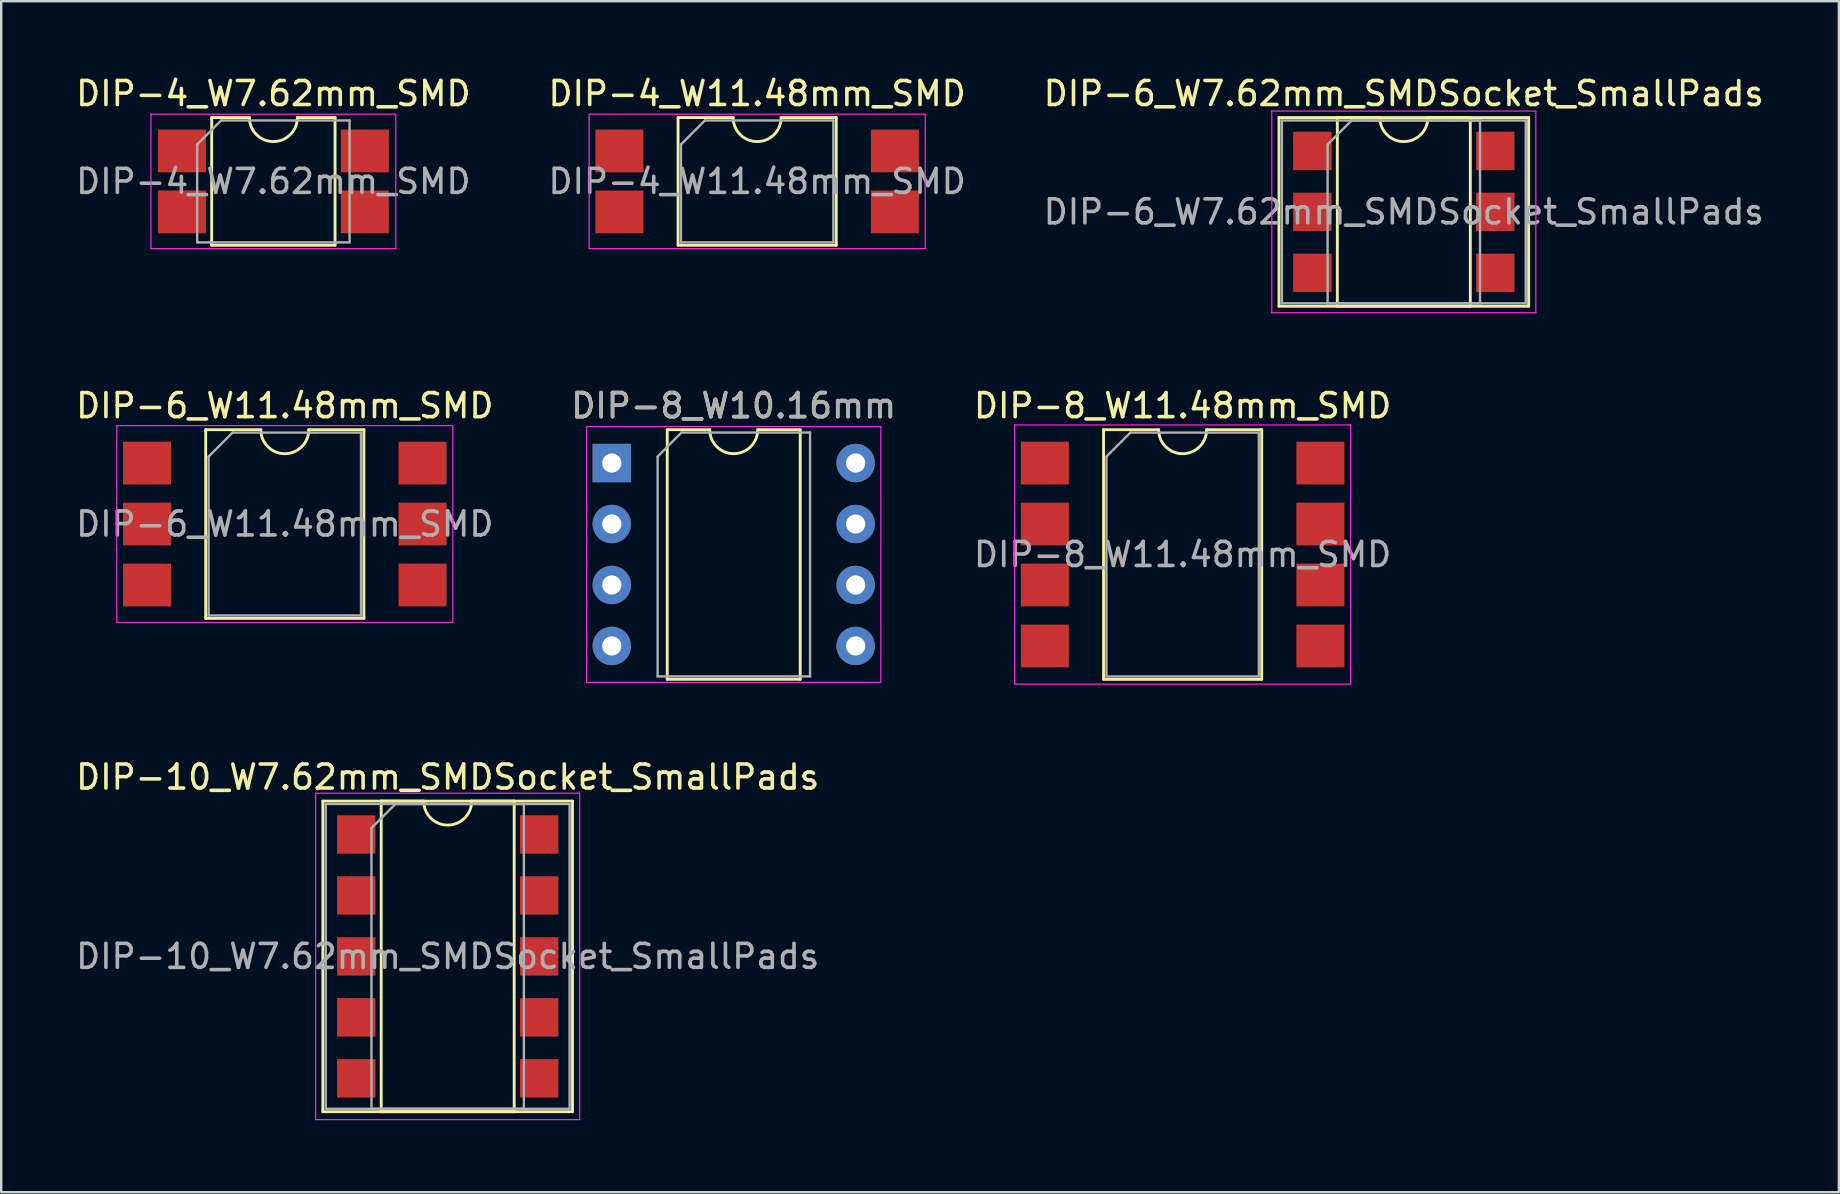
<source format=kicad_pcb>
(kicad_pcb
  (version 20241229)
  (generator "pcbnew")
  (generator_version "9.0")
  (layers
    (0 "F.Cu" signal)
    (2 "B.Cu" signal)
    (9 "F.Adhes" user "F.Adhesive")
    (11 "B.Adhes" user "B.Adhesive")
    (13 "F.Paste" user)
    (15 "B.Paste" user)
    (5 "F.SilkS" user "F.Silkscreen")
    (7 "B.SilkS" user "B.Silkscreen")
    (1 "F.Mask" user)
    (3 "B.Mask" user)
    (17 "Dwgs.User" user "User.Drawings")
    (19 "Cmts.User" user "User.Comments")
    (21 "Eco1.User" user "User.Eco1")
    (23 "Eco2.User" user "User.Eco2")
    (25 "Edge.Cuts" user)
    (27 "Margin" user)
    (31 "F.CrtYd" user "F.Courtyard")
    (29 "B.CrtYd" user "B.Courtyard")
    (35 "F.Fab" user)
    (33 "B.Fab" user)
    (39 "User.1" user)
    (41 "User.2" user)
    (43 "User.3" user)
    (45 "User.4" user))
  (footprint "DIP-6_W11.48mm_SMD"
    (layer "F.Cu")
    (at 8.815 18.782)
    (property "Reference" "DIP-6_W11.48mm_SMD" (at 0 -4.93 0) (layer "F.SilkS") (effects (font (size 1 1) (thickness 0.15))))
    (attr smd)
    (fp_line (start -3.295 -3.93) (end -3.295 3.93) (stroke (width 0.12) (type solid)) (layer "F.SilkS"))
    (fp_line (start -3.295 3.93) (end 3.295 3.93) (stroke (width 0.12) (type solid)) (layer "F.SilkS"))
    (fp_line (start -1 -3.93) (end -3.295 -3.93) (stroke (width 0.12) (type solid)) (layer "F.SilkS"))
    (fp_line (start 3.295 -3.93) (end 1 -3.93) (stroke (width 0.12) (type solid)) (layer "F.SilkS"))
    (fp_line (start 3.295 3.93) (end 3.295 -3.93) (stroke (width 0.12) (type solid)) (layer "F.SilkS"))
    (fp_arc (start 1 -3.93) (mid 0 -2.93) (end -1 -3.93) (stroke (width 0.12) (type solid)) (layer "F.SilkS"))
    (fp_line (start -7 -4.1) (end -7 4.1) (stroke (width 0.05) (type solid)) (layer "F.CrtYd"))
    (fp_line (start -7 4.1) (end 7 4.1) (stroke (width 0.05) (type solid)) (layer "F.CrtYd"))
    (fp_line (start 7 -4.1) (end -7 -4.1) (stroke (width 0.05) (type solid)) (layer "F.CrtYd"))
    (fp_line (start 7 4.1) (end 7 -4.1) (stroke (width 0.05) (type solid)) (layer "F.CrtYd"))
    (fp_line (start -3.175 -2.81) (end -2.175 -3.81) (stroke (width 0.1) (type solid)) (layer "F.Fab"))
    (fp_line (start -3.175 3.81) (end -3.175 -2.81) (stroke (width 0.1) (type solid)) (layer "F.Fab"))
    (fp_line (start -2.175 -3.81) (end 3.175 -3.81) (stroke (width 0.1) (type solid)) (layer "F.Fab"))
    (fp_line (start 3.175 -3.81) (end 3.175 3.81) (stroke (width 0.1) (type solid)) (layer "F.Fab"))
    (fp_line (start 3.175 3.81) (end -3.175 3.81) (stroke (width 0.1) (type solid)) (layer "F.Fab"))
    (fp_text user "${REFERENCE}" (at 0 0 0) (layer "F.Fab") (effects (font (size 1 1) (thickness 0.15))))
    (pad "1" smd rect (at -5.74 -2.54) (size 2 1.78) (layers "F.Cu" "F.Mask" "F.Paste"))
    (pad "2" smd rect (at -5.74 0) (size 2 1.78) (layers "F.Cu" "F.Mask" "F.Paste"))
    (pad "3" smd rect (at -5.74 2.54) (size 2 1.78) (layers "F.Cu" "F.Mask" "F.Paste"))
    (pad "4" smd rect (at 5.74 2.54) (size 2 1.78) (layers "F.Cu" "F.Mask" "F.Paste"))
    (pad "5" smd rect (at 5.74 0) (size 2 1.78) (layers "F.Cu" "F.Mask" "F.Paste"))
    (pad "6" smd rect (at 5.74 -2.54) (size 2 1.78) (layers "F.Cu" "F.Mask" "F.Paste")))
  (footprint "DIP-8_W10.16mm"
    (layer "F.Cu")
    (at 22.438 16.241)
    (property "Reference" "DIP-8_W10.16mm" (at 5.08 -2.39 0) (layer "F.SilkS") (effects (font (size 1 1) (thickness 0.15))))
    (attr through_hole)
    (fp_line (start 2.31 -1.39) (end 2.31 9.01) (stroke (width 0.12) (type solid)) (layer "F.SilkS"))
    (fp_line (start 2.31 9.01) (end 7.85 9.01) (stroke (width 0.12) (type solid)) (layer "F.SilkS"))
    (fp_line (start 4.08 -1.39) (end 2.31 -1.39) (stroke (width 0.12) (type solid)) (layer "F.SilkS"))
    (fp_line (start 7.85 -1.39) (end 6.08 -1.39) (stroke (width 0.12) (type solid)) (layer "F.SilkS"))
    (fp_line (start 7.85 9.01) (end 7.85 -1.39) (stroke (width 0.12) (type solid)) (layer "F.SilkS"))
    (fp_arc (start 6.08 -1.39) (mid 5.08 -0.39) (end 4.08 -1.39) (stroke (width 0.12) (type solid)) (layer "F.SilkS"))
    (fp_line (start -1.05 -1.52) (end -1.05 9.14) (stroke (width 0.05) (type solid)) (layer "F.CrtYd"))
    (fp_line (start -1.05 -1.52) (end 11.21 -1.52) (stroke (width 0.05) (type solid)) (layer "F.CrtYd"))
    (fp_line (start 11.21 9.14) (end -1.05 9.14) (stroke (width 0.05) (type solid)) (layer "F.CrtYd"))
    (fp_line (start 11.21 9.14) (end 11.21 -1.52) (stroke (width 0.05) (type solid)) (layer "F.CrtYd"))
    (fp_line (start 1.91 -0.27) (end 2.9 -1.27) (stroke (width 0.1) (type solid)) (layer "F.Fab"))
    (fp_line (start 1.91 8.89) (end 1.91 -0.27) (stroke (width 0.1) (type solid)) (layer "F.Fab"))
    (fp_line (start 2.9 -1.27) (end 8.26 -1.27) (stroke (width 0.1) (type solid)) (layer "F.Fab"))
    (fp_line (start 8.26 -1.27) (end 8.26 8.89) (stroke (width 0.1) (type solid)) (layer "F.Fab"))
    (fp_line (start 8.26 8.89) (end 1.91 8.89) (stroke (width 0.1) (type solid)) (layer "F.Fab"))
    (fp_text user "${REFERENCE}" (at 5.08 -2.39 0) (layer "F.Fab") (effects (font (size 1 1) (thickness 0.15))))
    (pad "1" thru_hole rect (at 0 0) (size 1.6 1.6) (drill 0.8) (layers "*.Cu" "*.Mask"))
    (pad "2" thru_hole oval (at 0 2.54) (size 1.6 1.6) (drill 0.8) (layers "*.Cu" "*.Mask"))
    (pad "3" thru_hole oval (at 0 5.08) (size 1.6 1.6) (drill 0.8) (layers "*.Cu" "*.Mask"))
    (pad "4" thru_hole oval (at 0 7.62) (size 1.6 1.6) (drill 0.8) (layers "*.Cu" "*.Mask"))
    (pad "5" thru_hole oval (at 10.16 7.62) (size 1.6 1.6) (drill 0.8) (layers "*.Cu" "*.Mask"))
    (pad "6" thru_hole oval (at 10.16 5.08) (size 1.6 1.6) (drill 0.8) (layers "*.Cu" "*.Mask"))
    (pad "7" thru_hole oval (at 10.16 2.54) (size 1.6 1.6) (drill 0.8) (layers "*.Cu" "*.Mask"))
    (pad "8" thru_hole oval (at 10.16 0) (size 1.6 1.6) (drill 0.8) (layers "*.Cu" "*.Mask")))
  (footprint "DIP-8_W11.48mm_SMD"
    (layer "F.Cu")
    (at 46.22 20.052)
    (property "Reference" "DIP-8_W11.48mm_SMD" (at 0 -6.2 0) (layer "F.SilkS") (effects (font (size 1 1) (thickness 0.15))))
    (attr smd)
    (fp_line (start -3.295 -5.2) (end -3.295 5.2) (stroke (width 0.12) (type solid)) (layer "F.SilkS"))
    (fp_line (start -3.295 5.2) (end 3.295 5.2) (stroke (width 0.12) (type solid)) (layer "F.SilkS"))
    (fp_line (start -1 -5.2) (end -3.295 -5.2) (stroke (width 0.12) (type solid)) (layer "F.SilkS"))
    (fp_line (start 3.295 -5.2) (end 1 -5.2) (stroke (width 0.12) (type solid)) (layer "F.SilkS"))
    (fp_line (start 3.295 5.2) (end 3.295 -5.2) (stroke (width 0.12) (type solid)) (layer "F.SilkS"))
    (fp_arc (start 1 -5.2) (mid 0 -4.2) (end -1 -5.2) (stroke (width 0.12) (type solid)) (layer "F.SilkS"))
    (fp_line (start -7 -5.4) (end -7 5.4) (stroke (width 0.05) (type solid)) (layer "F.CrtYd"))
    (fp_line (start -7 5.4) (end 7 5.4) (stroke (width 0.05) (type solid)) (layer "F.CrtYd"))
    (fp_line (start 7 -5.4) (end -7 -5.4) (stroke (width 0.05) (type solid)) (layer "F.CrtYd"))
    (fp_line (start 7 5.4) (end 7 -5.4) (stroke (width 0.05) (type solid)) (layer "F.CrtYd"))
    (fp_line (start -3.175 -4.08) (end -2.175 -5.08) (stroke (width 0.1) (type solid)) (layer "F.Fab"))
    (fp_line (start -3.175 5.08) (end -3.175 -4.08) (stroke (width 0.1) (type solid)) (layer "F.Fab"))
    (fp_line (start -2.175 -5.08) (end 3.175 -5.08) (stroke (width 0.1) (type solid)) (layer "F.Fab"))
    (fp_line (start 3.175 -5.08) (end 3.175 5.08) (stroke (width 0.1) (type solid)) (layer "F.Fab"))
    (fp_line (start 3.175 5.08) (end -3.175 5.08) (stroke (width 0.1) (type solid)) (layer "F.Fab"))
    (fp_text user "${REFERENCE}" (at 0 0 0) (layer "F.Fab") (effects (font (size 1 1) (thickness 0.15))))
    (pad "1" smd rect (at -5.74 -3.81) (size 2 1.78) (layers "F.Cu" "F.Mask" "F.Paste"))
    (pad "2" smd rect (at -5.74 -1.27) (size 2 1.78) (layers "F.Cu" "F.Mask" "F.Paste"))
    (pad "3" smd rect (at -5.74 1.27) (size 2 1.78) (layers "F.Cu" "F.Mask" "F.Paste"))
    (pad "4" smd rect (at -5.74 3.81) (size 2 1.78) (layers "F.Cu" "F.Mask" "F.Paste"))
    (pad "5" smd rect (at 5.74 3.81) (size 2 1.78) (layers "F.Cu" "F.Mask" "F.Paste"))
    (pad "6" smd rect (at 5.74 1.27) (size 2 1.78) (layers "F.Cu" "F.Mask" "F.Paste"))
    (pad "7" smd rect (at 5.74 -1.27) (size 2 1.78) (layers "F.Cu" "F.Mask" "F.Paste"))
    (pad "8" smd rect (at 5.74 -3.81) (size 2 1.78) (layers "F.Cu" "F.Mask" "F.Paste")))
  (footprint "DIP-4_W11.48mm_SMD"
    (layer "F.Cu")
    (at 28.494 4.508)
    (property "Reference" "DIP-4_W11.48mm_SMD" (at 0 -3.66 0) (layer "F.SilkS") (effects (font (size 1 1) (thickness 0.15))))
    (attr smd)
    (fp_line (start -3.295 -2.66) (end -3.295 2.66) (stroke (width 0.12) (type solid)) (layer "F.SilkS"))
    (fp_line (start -3.295 2.66) (end 3.295 2.66) (stroke (width 0.12) (type solid)) (layer "F.SilkS"))
    (fp_line (start -1 -2.66) (end -3.295 -2.66) (stroke (width 0.12) (type solid)) (layer "F.SilkS"))
    (fp_line (start 3.295 -2.66) (end 1 -2.66) (stroke (width 0.12) (type solid)) (layer "F.SilkS"))
    (fp_line (start 3.295 2.66) (end 3.295 -2.66) (stroke (width 0.12) (type solid)) (layer "F.SilkS"))
    (fp_arc (start 1 -2.66) (mid 0 -1.66) (end -1 -2.66) (stroke (width 0.12) (type solid)) (layer "F.SilkS"))
    (fp_line (start -7 -2.8) (end -7 2.8) (stroke (width 0.05) (type solid)) (layer "F.CrtYd"))
    (fp_line (start -7 2.8) (end 7 2.8) (stroke (width 0.05) (type solid)) (layer "F.CrtYd"))
    (fp_line (start 7 -2.8) (end -7 -2.8) (stroke (width 0.05) (type solid)) (layer "F.CrtYd"))
    (fp_line (start 7 2.8) (end 7 -2.8) (stroke (width 0.05) (type solid)) (layer "F.CrtYd"))
    (fp_line (start -3.175 -1.54) (end -2.175 -2.54) (stroke (width 0.1) (type solid)) (layer "F.Fab"))
    (fp_line (start -3.175 2.54) (end -3.175 -1.54) (stroke (width 0.1) (type solid)) (layer "F.Fab"))
    (fp_line (start -2.175 -2.54) (end 3.175 -2.54) (stroke (width 0.1) (type solid)) (layer "F.Fab"))
    (fp_line (start 3.175 -2.54) (end 3.175 2.54) (stroke (width 0.1) (type solid)) (layer "F.Fab"))
    (fp_line (start 3.175 2.54) (end -3.175 2.54) (stroke (width 0.1) (type solid)) (layer "F.Fab"))
    (fp_text user "${REFERENCE}" (at 0 0 0) (layer "F.Fab") (effects (font (size 1 1) (thickness 0.15))))
    (pad "1" smd rect (at -5.74 -1.27) (size 2 1.78) (layers "F.Cu" "F.Mask" "F.Paste"))
    (pad "2" smd rect (at -5.74 1.27) (size 2 1.78) (layers "F.Cu" "F.Mask" "F.Paste"))
    (pad "3" smd rect (at 5.74 1.27) (size 2 1.78) (layers "F.Cu" "F.Mask" "F.Paste"))
    (pad "4" smd rect (at 5.74 -1.27) (size 2 1.78) (layers "F.Cu" "F.Mask" "F.Paste")))
  (footprint "DIP-10_W7.62mm_SMDSocket_SmallPads"
    (layer "F.Cu")
    (at 15.601 36.795)
    (property "Reference" "DIP-10_W7.62mm_SMDSocket_SmallPads" (at 0 -7.47 0) (layer "F.SilkS") (effects (font (size 1 1) (thickness 0.15))))
    (attr smd)
    (fp_line (start -5.2 -6.47) (end -5.2 6.47) (stroke (width 0.12) (type solid)) (layer "F.SilkS"))
    (fp_line (start -5.2 6.47) (end 5.2 6.47) (stroke (width 0.12) (type solid)) (layer "F.SilkS"))
    (fp_line (start -2.77 -6.47) (end -2.77 6.47) (stroke (width 0.12) (type solid)) (layer "F.SilkS"))
    (fp_line (start -2.77 6.47) (end 2.77 6.47) (stroke (width 0.12) (type solid)) (layer "F.SilkS"))
    (fp_line (start -1 -6.47) (end -2.77 -6.47) (stroke (width 0.12) (type solid)) (layer "F.SilkS"))
    (fp_line (start 2.77 -6.47) (end 1 -6.47) (stroke (width 0.12) (type solid)) (layer "F.SilkS"))
    (fp_line (start 2.77 6.47) (end 2.77 -6.47) (stroke (width 0.12) (type solid)) (layer "F.SilkS"))
    (fp_line (start 5.2 -6.47) (end -5.2 -6.47) (stroke (width 0.12) (type solid)) (layer "F.SilkS"))
    (fp_line (start 5.2 6.47) (end 5.2 -6.47) (stroke (width 0.12) (type solid)) (layer "F.SilkS"))
    (fp_arc (start 1 -6.47) (mid 0 -5.47) (end -1 -6.47) (stroke (width 0.12) (type solid)) (layer "F.SilkS"))
    (fp_line (start -5.5 -6.8) (end -5.5 6.8) (stroke (width 0.05) (type solid)) (layer "F.CrtYd"))
    (fp_line (start -5.5 6.8) (end 5.5 6.8) (stroke (width 0.05) (type solid)) (layer "F.CrtYd"))
    (fp_line (start 5.5 -6.8) (end -5.5 -6.8) (stroke (width 0.05) (type solid)) (layer "F.CrtYd"))
    (fp_line (start 5.5 6.8) (end 5.5 -6.8) (stroke (width 0.05) (type solid)) (layer "F.CrtYd"))
    (fp_line (start -5.08 -6.35) (end -5.08 6.35) (stroke (width 0.1) (type solid)) (layer "F.Fab"))
    (fp_line (start -5.08 6.35) (end 5.08 6.35) (stroke (width 0.1) (type solid)) (layer "F.Fab"))
    (fp_line (start -3.175 -5.35) (end -2.175 -6.35) (stroke (width 0.1) (type solid)) (layer "F.Fab"))
    (fp_line (start -3.175 6.35) (end -3.175 -5.35) (stroke (width 0.1) (type solid)) (layer "F.Fab"))
    (fp_line (start -2.175 -6.35) (end 3.175 -6.35) (stroke (width 0.1) (type solid)) (layer "F.Fab"))
    (fp_line (start 3.175 -6.35) (end 3.175 6.35) (stroke (width 0.1) (type solid)) (layer "F.Fab"))
    (fp_line (start 3.175 6.35) (end -3.175 6.35) (stroke (width 0.1) (type solid)) (layer "F.Fab"))
    (fp_line (start 5.08 -6.35) (end -5.08 -6.35) (stroke (width 0.1) (type solid)) (layer "F.Fab"))
    (fp_line (start 5.08 6.35) (end 5.08 -6.35) (stroke (width 0.1) (type solid)) (layer "F.Fab"))
    (fp_text user "${REFERENCE}" (at 0 0 0) (layer "F.Fab") (effects (font (size 1 1) (thickness 0.15))))
    (pad "1" smd rect (at -3.81 -5.08) (size 1.6 1.6) (layers "F.Cu" "F.Mask" "F.Paste"))
    (pad "2" smd rect (at -3.81 -2.54) (size 1.6 1.6) (layers "F.Cu" "F.Mask" "F.Paste"))
    (pad "3" smd rect (at -3.81 0) (size 1.6 1.6) (layers "F.Cu" "F.Mask" "F.Paste"))
    (pad "4" smd rect (at -3.81 2.54) (size 1.6 1.6) (layers "F.Cu" "F.Mask" "F.Paste"))
    (pad "5" smd rect (at -3.81 5.08) (size 1.6 1.6) (layers "F.Cu" "F.Mask" "F.Paste"))
    (pad "6" smd rect (at 3.81 5.08) (size 1.6 1.6) (layers "F.Cu" "F.Mask" "F.Paste"))
    (pad "7" smd rect (at 3.81 2.54) (size 1.6 1.6) (layers "F.Cu" "F.Mask" "F.Paste"))
    (pad "8" smd rect (at 3.81 0) (size 1.6 1.6) (layers "F.Cu" "F.Mask" "F.Paste"))
    (pad "9" smd rect (at 3.81 -2.54) (size 1.6 1.6) (layers "F.Cu" "F.Mask" "F.Paste"))
    (pad "10" smd rect (at 3.81 -5.08) (size 1.6 1.6) (layers "F.Cu" "F.Mask" "F.Paste")))
  (footprint "DIP-4_W7.62mm_SMD"
    (layer "F.Cu")
    (at 8.339 4.508)
    (property "Reference" "DIP-4_W7.62mm_SMD" (at 0 -3.66 0) (layer "F.SilkS") (effects (font (size 1 1) (thickness 0.15))))
    (attr smd)
    (fp_line (start -2.57 -2.66) (end -2.57 2.66) (stroke (width 0.12) (type solid)) (layer "F.SilkS"))
    (fp_line (start -2.57 2.66) (end 2.57 2.66) (stroke (width 0.12) (type solid)) (layer "F.SilkS"))
    (fp_line (start -1 -2.66) (end -2.57 -2.66) (stroke (width 0.12) (type solid)) (layer "F.SilkS"))
    (fp_line (start 2.57 -2.66) (end 1 -2.66) (stroke (width 0.12) (type solid)) (layer "F.SilkS"))
    (fp_line (start 2.57 2.66) (end 2.57 -2.66) (stroke (width 0.12) (type solid)) (layer "F.SilkS"))
    (fp_arc (start 1 -2.66) (mid 0 -1.66) (end -1 -2.66) (stroke (width 0.12) (type solid)) (layer "F.SilkS"))
    (fp_line (start -5.1 -2.8) (end -5.1 2.8) (stroke (width 0.05) (type solid)) (layer "F.CrtYd"))
    (fp_line (start -5.1 2.8) (end 5.1 2.8) (stroke (width 0.05) (type solid)) (layer "F.CrtYd"))
    (fp_line (start 5.1 -2.8) (end -5.1 -2.8) (stroke (width 0.05) (type solid)) (layer "F.CrtYd"))
    (fp_line (start 5.1 2.8) (end 5.1 -2.8) (stroke (width 0.05) (type solid)) (layer "F.CrtYd"))
    (fp_line (start -3.175 -1.54) (end -2.175 -2.54) (stroke (width 0.1) (type solid)) (layer "F.Fab"))
    (fp_line (start -3.175 2.54) (end -3.175 -1.54) (stroke (width 0.1) (type solid)) (layer "F.Fab"))
    (fp_line (start -2.175 -2.54) (end 3.175 -2.54) (stroke (width 0.1) (type solid)) (layer "F.Fab"))
    (fp_line (start 3.175 -2.54) (end 3.175 2.54) (stroke (width 0.1) (type solid)) (layer "F.Fab"))
    (fp_line (start 3.175 2.54) (end -3.175 2.54) (stroke (width 0.1) (type solid)) (layer "F.Fab"))
    (fp_text user "${REFERENCE}" (at 0 0 0) (layer "F.Fab") (effects (font (size 1 1) (thickness 0.15))))
    (pad "1" smd rect (at -3.81 -1.27) (size 2 1.78) (layers "F.Cu" "F.Mask" "F.Paste"))
    (pad "2" smd rect (at -3.81 1.27) (size 2 1.78) (layers "F.Cu" "F.Mask" "F.Paste"))
    (pad "3" smd rect (at 3.81 1.27) (size 2 1.78) (layers "F.Cu" "F.Mask" "F.Paste"))
    (pad "4" smd rect (at 3.81 -1.27) (size 2 1.78) (layers "F.Cu" "F.Mask" "F.Paste")))
  (footprint "DIP-6_W7.62mm_SMDSocket_SmallPads"
    (layer "F.Cu")
    (at 55.435 5.778)
    (property "Reference" "DIP-6_W7.62mm_SMDSocket_SmallPads" (at 0 -4.93 0) (layer "F.SilkS") (effects (font (size 1 1) (thickness 0.15))))
    (attr smd)
    (fp_line (start -5.2 -3.93) (end -5.2 3.93) (stroke (width 0.12) (type solid)) (layer "F.SilkS"))
    (fp_line (start -5.2 3.93) (end 5.2 3.93) (stroke (width 0.12) (type solid)) (layer "F.SilkS"))
    (fp_line (start -2.77 -3.93) (end -2.77 3.93) (stroke (width 0.12) (type solid)) (layer "F.SilkS"))
    (fp_line (start -2.77 3.93) (end 2.77 3.93) (stroke (width 0.12) (type solid)) (layer "F.SilkS"))
    (fp_line (start -1 -3.93) (end -2.77 -3.93) (stroke (width 0.12) (type solid)) (layer "F.SilkS"))
    (fp_line (start 2.77 -3.93) (end 1 -3.93) (stroke (width 0.12) (type solid)) (layer "F.SilkS"))
    (fp_line (start 2.77 3.93) (end 2.77 -3.93) (stroke (width 0.12) (type solid)) (layer "F.SilkS"))
    (fp_line (start 5.2 -3.93) (end -5.2 -3.93) (stroke (width 0.12) (type solid)) (layer "F.SilkS"))
    (fp_line (start 5.2 3.93) (end 5.2 -3.93) (stroke (width 0.12) (type solid)) (layer "F.SilkS"))
    (fp_arc (start 1 -3.93) (mid 0 -2.93) (end -1 -3.93) (stroke (width 0.12) (type solid)) (layer "F.SilkS"))
    (fp_line (start -5.5 -4.2) (end -5.5 4.2) (stroke (width 0.05) (type solid)) (layer "F.CrtYd"))
    (fp_line (start -5.5 4.2) (end 5.5 4.2) (stroke (width 0.05) (type solid)) (layer "F.CrtYd"))
    (fp_line (start 5.5 -4.2) (end -5.5 -4.2) (stroke (width 0.05) (type solid)) (layer "F.CrtYd"))
    (fp_line (start 5.5 4.2) (end 5.5 -4.2) (stroke (width 0.05) (type solid)) (layer "F.CrtYd"))
    (fp_line (start -5.08 -3.81) (end -5.08 3.81) (stroke (width 0.1) (type solid)) (layer "F.Fab"))
    (fp_line (start -5.08 3.81) (end 5.08 3.81) (stroke (width 0.1) (type solid)) (layer "F.Fab"))
    (fp_line (start -3.175 -2.81) (end -2.175 -3.81) (stroke (width 0.1) (type solid)) (layer "F.Fab"))
    (fp_line (start -3.175 3.81) (end -3.175 -2.81) (stroke (width 0.1) (type solid)) (layer "F.Fab"))
    (fp_line (start -2.175 -3.81) (end 3.175 -3.81) (stroke (width 0.1) (type solid)) (layer "F.Fab"))
    (fp_line (start 3.175 -3.81) (end 3.175 3.81) (stroke (width 0.1) (type solid)) (layer "F.Fab"))
    (fp_line (start 3.175 3.81) (end -3.175 3.81) (stroke (width 0.1) (type solid)) (layer "F.Fab"))
    (fp_line (start 5.08 -3.81) (end -5.08 -3.81) (stroke (width 0.1) (type solid)) (layer "F.Fab"))
    (fp_line (start 5.08 3.81) (end 5.08 -3.81) (stroke (width 0.1) (type solid)) (layer "F.Fab"))
    (fp_text user "${REFERENCE}" (at 0 0 0) (layer "F.Fab") (effects (font (size 1 1) (thickness 0.15))))
    (pad "1" smd rect (at -3.81 -2.54) (size 1.6 1.6) (layers "F.Cu" "F.Mask" "F.Paste"))
    (pad "2" smd rect (at -3.81 0) (size 1.6 1.6) (layers "F.Cu" "F.Mask" "F.Paste"))
    (pad "3" smd rect (at -3.81 2.54) (size 1.6 1.6) (layers "F.Cu" "F.Mask" "F.Paste"))
    (pad "4" smd rect (at 3.81 2.54) (size 1.6 1.6) (layers "F.Cu" "F.Mask" "F.Paste"))
    (pad "5" smd rect (at 3.81 0) (size 1.6 1.6) (layers "F.Cu" "F.Mask" "F.Paste"))
    (pad "6" smd rect (at 3.81 -2.54) (size 1.6 1.6) (layers "F.Cu" "F.Mask" "F.Paste")))
  (gr_rect
    (start -3 -3)
    (end 73.56 46.62)
    (stroke (width 0.1) (type default))
    (fill no)
    (layer "Edge.Cuts")))
</source>
